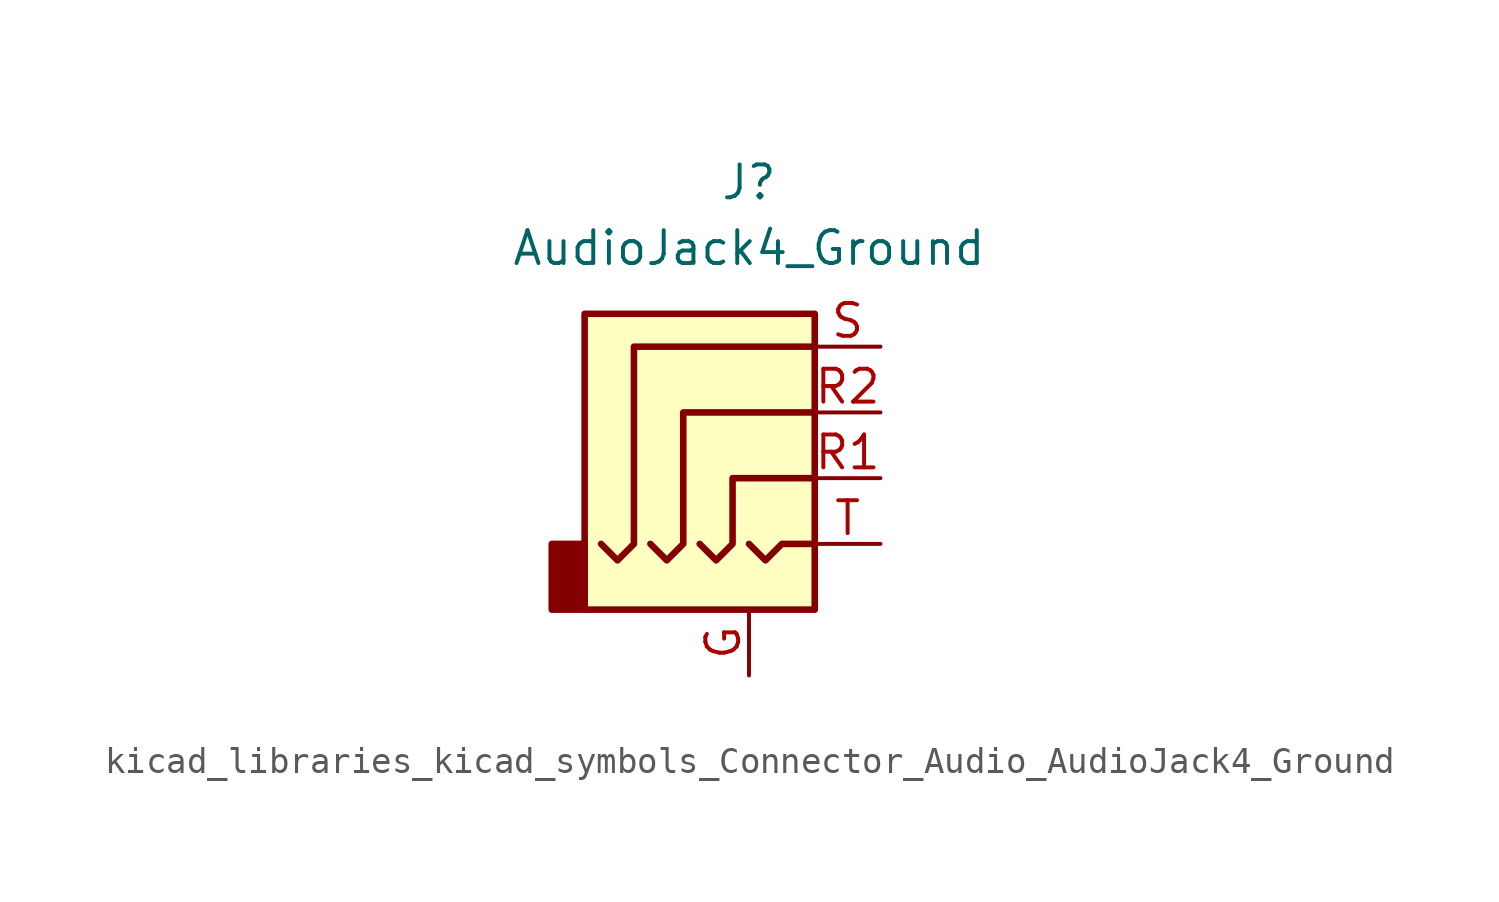
<source format=kicad_sym>
(kicad_symbol_lib
  (version 20220914)
  (generator kicad_symbol_editor)
  (symbol "kicad_libraries_kicad_symbols_Connector_Audio_AudioJack4_Ground"
    (property "Reference" "J"
      (at 0 8.89 0)
      (effects (font (size 1.27 1.27))))
    (property "Value" "AudioJack4_Ground"
      (at 0 6.35 0)
      (effects (font (size 1.27 1.27))))
    (symbol "kicad_libraries_kicad_symbols_Connector_Audio_AudioJack4_Ground_0_1"
      (rectangle (start -6.35 -7.62) (end -7.62 -5.08) (stroke (width 0.254) (type default)) (fill (type outline)))
      (polyline (pts (xy 0 -5.08) (xy 0.635 -5.715) (xy 1.27 -5.08) (xy 2.54 -5.08)) (stroke (width 0.254) (type default)) (fill (type none)))
      (polyline (pts (xy -5.715 -5.08) (xy -5.08 -5.715) (xy -4.445 -5.08) (xy -4.445 2.54) (xy 2.54 2.54)) (stroke (width 0.254) (type default)) (fill (type none)))
      (polyline (pts (xy -1.905 -5.08) (xy -1.27 -5.715) (xy -0.635 -5.08) (xy -0.635 -2.54) (xy 2.54 -2.54)) (stroke (width 0.254) (type default)) (fill (type none)))
      (polyline (pts (xy 2.54 0) (xy -2.54 0) (xy -2.54 -5.08) (xy -3.175 -5.715) (xy -3.81 -5.08)) (stroke (width 0.254) (type default)) (fill (type none)))
      (rectangle (start 2.54 3.81) (end -6.35 -7.62) (stroke (width 0.254) (type default)) (fill (type background))))
    (symbol "kicad_libraries_kicad_symbols_Connector_Audio_AudioJack4_Ground_1_1"
      (pin passive line (at 0 -10.16 90) (length 2.54) (name "~" (effects (font (size 1.27 1.27)))) (number "G" (effects (font (size 1.27 1.27)))))
      (pin passive line (at 5.08 -2.54 180) (length 2.54) (name "~" (effects (font (size 1.27 1.27)))) (number "R1" (effects (font (size 1.27 1.27)))))
      (pin passive line (at 5.08 0 180) (length 2.54) (name "~" (effects (font (size 1.27 1.27)))) (number "R2" (effects (font (size 1.27 1.27)))))
      (pin passive line (at 5.08 2.54 180) (length 2.54) (name "~" (effects (font (size 1.27 1.27)))) (number "S" (effects (font (size 1.27 1.27)))))
      (pin passive line (at 5.08 -5.08 180) (length 2.54) (name "~" (effects (font (size 1.27 1.27)))) (number "T" (effects (font (size 1.27 1.27))))))))
</source>
